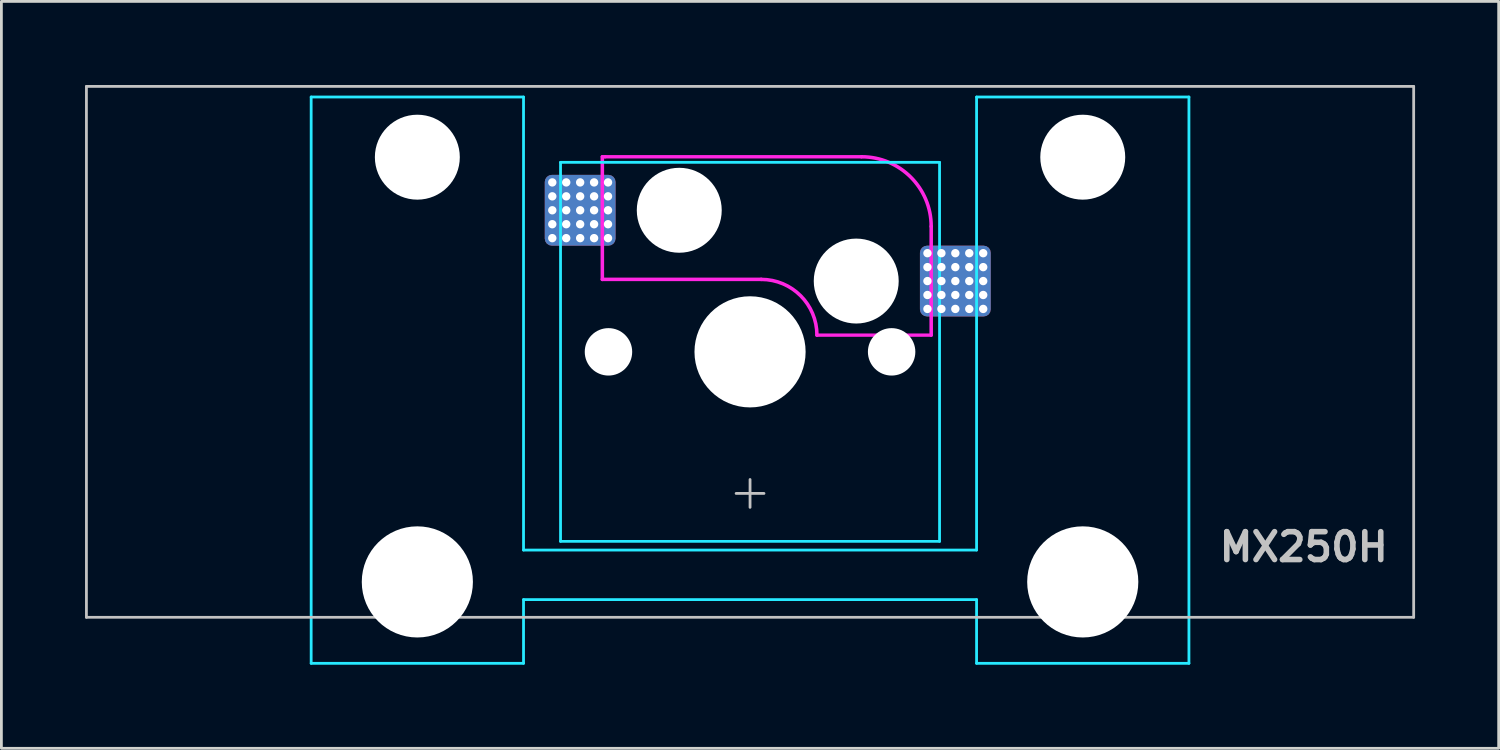
<source format=kicad_pcb>
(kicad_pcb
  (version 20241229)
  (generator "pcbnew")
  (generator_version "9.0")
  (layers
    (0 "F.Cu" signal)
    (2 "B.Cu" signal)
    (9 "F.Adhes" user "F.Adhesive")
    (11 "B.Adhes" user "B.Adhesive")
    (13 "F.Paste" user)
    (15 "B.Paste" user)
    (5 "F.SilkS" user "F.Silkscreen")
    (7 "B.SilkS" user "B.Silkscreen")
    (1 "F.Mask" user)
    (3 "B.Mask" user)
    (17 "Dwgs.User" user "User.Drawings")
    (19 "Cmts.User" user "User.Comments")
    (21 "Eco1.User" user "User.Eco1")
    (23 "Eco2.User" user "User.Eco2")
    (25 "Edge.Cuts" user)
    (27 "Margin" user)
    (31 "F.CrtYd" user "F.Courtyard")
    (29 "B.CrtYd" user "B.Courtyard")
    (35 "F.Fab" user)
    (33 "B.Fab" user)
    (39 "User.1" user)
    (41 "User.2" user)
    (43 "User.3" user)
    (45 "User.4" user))
  (footprint "MX250H"
    (layer "F.Cu")
    (at 23.863 9.575)
    (property "Reference" "MX250H" (at 23 7 0) (layer "Dwgs.User") (effects (font (size 1 1) (thickness 0.2)) (justify right)))
    (attr smd)
    (fp_line (start -23.812 -9.525) (end -23.812 9.525) (stroke (width 0.1) (type solid)) (layer "Dwgs.User"))
    (fp_line (start -23.812 -9.525) (end 23.812 -9.525) (stroke (width 0.1) (type solid)) (layer "Dwgs.User"))
    (fp_line (start -23.812 9.525) (end 23.812 9.525) (stroke (width 0.1) (type solid)) (layer "Dwgs.User"))
    (fp_line (start -0.5 5.08) (end 0.5 5.08) (stroke (width 0.1) (type solid)) (layer "Dwgs.User"))
    (fp_line (start 0 4.58) (end 0 5.58) (stroke (width 0.1) (type solid)) (layer "Dwgs.User"))
    (fp_line (start 23.812 -9.525) (end 23.812 9.525) (stroke (width 0.1) (type solid)) (layer "Dwgs.User"))
    (fp_line (start -15.438 -5.485) (end -15.438 8.515) (stroke (width 0.1) (type solid)) (layer "Eco1.User"))
    (fp_line (start -14.938 -5.985) (end -8.938 -5.985) (stroke (width 0.1) (type solid)) (layer "Eco1.User"))
    (fp_line (start -8.938 9.015) (end -14.938 9.015) (stroke (width 0.1) (type solid)) (layer "Eco1.User"))
    (fp_line (start -8.438 8.515) (end -8.438 -5.485) (stroke (width 0.1) (type solid)) (layer "Eco1.User"))
    (fp_line (start -7 -6.5) (end -7 6.5) (stroke (width 0.1) (type solid)) (layer "Eco1.User"))
    (fp_line (start -6.5 7) (end 6.5 7) (stroke (width 0.1) (type solid)) (layer "Eco1.User"))
    (fp_line (start 6.5 -7) (end -6.5 -7) (stroke (width 0.1) (type solid)) (layer "Eco1.User"))
    (fp_line (start 7 6.5) (end 7 -6.5) (stroke (width 0.1) (type solid)) (layer "Eco1.User"))
    (fp_line (start 8.438 -5.485) (end 8.438 8.515) (stroke (width 0.1) (type solid)) (layer "Eco1.User"))
    (fp_line (start 8.938 -5.985) (end 14.938 -5.985) (stroke (width 0.1) (type solid)) (layer "Eco1.User"))
    (fp_line (start 14.938 9.015) (end 8.938 9.015) (stroke (width 0.1) (type solid)) (layer "Eco1.User"))
    (fp_line (start 15.438 8.515) (end 15.438 -5.485) (stroke (width 0.1) (type solid)) (layer "Eco1.User"))
    (fp_arc (start -15.438 -5.485) (mid -15.291553 -5.838553) (end -14.938 -5.985) (stroke (width 0.1) (type solid)) (layer "Eco1.User"))
    (fp_arc (start -14.938 9.015) (mid -15.291553 8.868553) (end -15.438 8.515) (stroke (width 0.1) (type solid)) (layer "Eco1.User"))
    (fp_arc (start -8.938 -5.985) (mid -8.584447 -5.838553) (end -8.438 -5.485) (stroke (width 0.1) (type solid)) (layer "Eco1.User"))
    (fp_arc (start -8.438 8.515) (mid -8.584447 8.868553) (end -8.938 9.015) (stroke (width 0.1) (type solid)) (layer "Eco1.User"))
    (fp_arc (start -7 -6.5) (mid -6.853553 -6.853553) (end -6.5 -7) (stroke (width 0.1) (type solid)) (layer "Eco1.User"))
    (fp_arc (start -6.5 7) (mid -6.853553 6.853553) (end -7 6.5) (stroke (width 0.1) (type solid)) (layer "Eco1.User"))
    (fp_arc (start 6.5 -7) (mid 6.853553 -6.853553) (end 7 -6.5) (stroke (width 0.1) (type solid)) (layer "Eco1.User"))
    (fp_arc (start 7 6.5) (mid 6.853553 6.853553) (end 6.5 7) (stroke (width 0.1) (type solid)) (layer "Eco1.User"))
    (fp_arc (start 8.438 -5.485) (mid 8.584447 -5.838553) (end 8.938 -5.985) (stroke (width 0.1) (type solid)) (layer "Eco1.User"))
    (fp_arc (start 8.938 9.015) (mid 8.584447 8.868553) (end 8.438 8.515) (stroke (width 0.1) (type solid)) (layer "Eco1.User"))
    (fp_arc (start 14.938 -5.985) (mid 15.291553 -5.838553) (end 15.438 -5.485) (stroke (width 0.1) (type solid)) (layer "Eco1.User"))
    (fp_arc (start 15.438 8.515) (mid 15.291553 8.868553) (end 14.938 9.015) (stroke (width 0.1) (type solid)) (layer "Eco1.User"))
    (fp_line (start -15.748 -9.144) (end -15.748 11.176) (stroke (width 0.1) (type solid)) (layer "B.CrtYd"))
    (fp_line (start -15.748 11.176) (end -8.128 11.176) (stroke (width 0.1) (type solid)) (layer "B.CrtYd"))
    (fp_line (start -8.128 -9.144) (end -15.748 -9.144) (stroke (width 0.1) (type solid)) (layer "B.CrtYd"))
    (fp_line (start -8.128 7.112) (end -8.128 -9.144) (stroke (width 0.1) (type solid)) (layer "B.CrtYd"))
    (fp_line (start -8.128 7.112) (end 8.128 7.112) (stroke (width 0.1) (type solid)) (layer "B.CrtYd"))
    (fp_line (start -8.128 8.89) (end -8.128 11.176) (stroke (width 0.1) (type solid)) (layer "B.CrtYd"))
    (fp_line (start -8.128 8.89) (end 8.128 8.89) (stroke (width 0.1) (type solid)) (layer "B.CrtYd"))
    (fp_line (start -6.8 -6.8) (end -6.8 6.8) (stroke (width 0.1) (type solid)) (layer "B.CrtYd"))
    (fp_line (start 6.8 -6.8) (end -6.8 -6.8) (stroke (width 0.1) (type solid)) (layer "B.CrtYd"))
    (fp_line (start 6.8 -6.8) (end 6.8 6.8) (stroke (width 0.1) (type solid)) (layer "B.CrtYd"))
    (fp_line (start 6.8 6.8) (end -6.8 6.8) (stroke (width 0.1) (type solid)) (layer "B.CrtYd"))
    (fp_line (start 8.128 -9.144) (end 15.748 -9.144) (stroke (width 0.1) (type solid)) (layer "B.CrtYd"))
    (fp_line (start 8.128 7.112) (end 8.128 -9.142) (stroke (width 0.1) (type solid)) (layer "B.CrtYd"))
    (fp_line (start 8.128 8.89) (end 8.128 11.176) (stroke (width 0.1) (type solid)) (layer "B.CrtYd"))
    (fp_line (start 15.748 11.176) (end 8.128 11.176) (stroke (width 0.1) (type solid)) (layer "B.CrtYd"))
    (fp_line (start 15.748 11.176) (end 15.748 -9.144) (stroke (width 0.1) (type solid)) (layer "B.CrtYd"))
    (fp_line (start -5.3 -7) (end -5.3 -2.6) (stroke (width 0.127) (type solid)) (layer "F.CrtYd"))
    (fp_line (start -5.2 -7) (end -5.3 -7) (stroke (width 0.12) (type solid)) (layer "F.CrtYd"))
    (fp_line (start 0.4 -2.6) (end -5.3 -2.6) (stroke (width 0.127) (type solid)) (layer "F.CrtYd"))
    (fp_line (start 4 -7) (end -5.2 -7) (stroke (width 0.12) (type solid)) (layer "F.CrtYd"))
    (fp_line (start 6.5 -4.5) (end 6.5 -0.6) (stroke (width 0.127) (type solid)) (layer "F.CrtYd"))
    (fp_line (start 6.5 -0.6) (end 2.4 -0.6) (stroke (width 0.12) (type solid)) (layer "F.CrtYd"))
    (fp_arc (start 0.4 -2.6) (mid 1.814214 -2.014214) (end 2.4 -0.6) (stroke (width 0.127) (type solid)) (layer "F.CrtYd"))
    (fp_arc (start 4 -7) (mid 5.767767 -6.267767) (end 6.5 -4.5) (stroke (width 0.127) (type solid)) (layer "F.CrtYd"))
    (pad "" np_thru_hole circle (at -11.938 -6.985) (size 3.048 3.048) (drill 3.048) (layers "*.Cu" "*.Mask"))
    (pad "" np_thru_hole circle (at -11.938 8.255) (size 3.988 3.988) (drill 3.988) (layers "*.Cu" "*.Mask"))
    (pad "" np_thru_hole circle (at -5.08 0) (size 1.702 1.702) (drill 1.702) (layers "*.Cu" "*.Mask"))
    (pad "" np_thru_hole circle (at -2.54 -5.08) (size 3.048 3.048) (drill 3.048) (layers "*.Cu" "*.Mask"))
    (pad "" np_thru_hole circle (at 0 0) (size 3.988 3.988) (drill 3.988) (layers "*.Cu" "*.Mask"))
    (pad "" np_thru_hole circle (at 3.81 -2.54) (size 3.048 3.048) (drill 3.048) (layers "*.Cu" "*.Mask"))
    (pad "" np_thru_hole circle (at 5.08 0) (size 1.702 1.702) (drill 1.702) (layers "*.Cu" "*.Mask"))
    (pad "" np_thru_hole circle (at 11.938 -6.985) (size 3.048 3.048) (drill 3.048) (layers "*.Cu" "*.Mask"))
    (pad "" np_thru_hole circle (at 11.938 8.255) (size 3.988 3.988) (drill 3.988) (layers "*.Cu" "*.Mask"))
    (pad "1" thru_hole circle (at -7.096 -6.08) (size 0.3 0.3) (drill 0.3) (layers "*.Cu" "F.Mask"))
    (pad "1" thru_hole circle (at -7.096 -5.58) (size 0.3 0.3) (drill 0.3) (layers "*.Cu" "F.Mask"))
    (pad "1" thru_hole circle (at -7.096 -5.08) (size 0.3 0.3) (drill 0.3) (layers "*.Cu" "F.Mask"))
    (pad "1" thru_hole circle (at -7.096 -4.58) (size 0.3 0.3) (drill 0.3) (layers "*.Cu" "F.Mask"))
    (pad "1" thru_hole circle (at -7.096 -4.08) (size 0.3 0.3) (drill 0.3) (layers "*.Cu" "F.Mask"))
    (pad "1" thru_hole circle (at -6.596 -6.08) (size 0.3 0.3) (drill 0.3) (layers "*.Cu" "F.Mask"))
    (pad "1" thru_hole circle (at -6.596 -5.58) (size 0.3 0.3) (drill 0.3) (layers "*.Cu" "F.Mask"))
    (pad "1" thru_hole circle (at -6.596 -5.08) (size 0.3 0.3) (drill 0.3) (layers "*.Cu" "F.Mask"))
    (pad "1" thru_hole circle (at -6.596 -4.58) (size 0.3 0.3) (drill 0.3) (layers "*.Cu" "F.Mask"))
    (pad "1" thru_hole circle (at -6.596 -4.08) (size 0.3 0.3) (drill 0.3) (layers "*.Cu" "F.Mask"))
    (pad "1" thru_hole circle (at -6.096 -6.08) (size 0.3 0.3) (drill 0.3) (layers "*.Cu" "F.Mask"))
    (pad "1" thru_hole circle (at -6.096 -5.58) (size 0.3 0.3) (drill 0.3) (layers "*.Cu" "F.Mask"))
    (pad "1" thru_hole circle (at -6.096 -5.08) (size 0.3 0.3) (drill 0.3) (layers "*.Cu" "F.Mask"))
    (pad "1" smd roundrect (at -6.096 -5.08) (size 2.54 2.54) (layers "F.Cu" "F.Mask") (roundrect_rratio 0.1))
    (pad "1" smd roundrect (at -6.096 -5.08) (size 2.54 2.54) (layers "B.Cu") (roundrect_rratio 0.1))
    (pad "1" thru_hole circle (at -6.096 -4.58) (size 0.3 0.3) (drill 0.3) (layers "*.Cu" "F.Mask"))
    (pad "1" thru_hole circle (at -6.096 -4.08) (size 0.3 0.3) (drill 0.3) (layers "*.Cu" "F.Mask"))
    (pad "1" thru_hole circle (at -5.596 -6.08) (size 0.3 0.3) (drill 0.3) (layers "*.Cu" "F.Mask"))
    (pad "1" thru_hole circle (at -5.596 -5.58) (size 0.3 0.3) (drill 0.3) (layers "*.Cu" "F.Mask"))
    (pad "1" thru_hole circle (at -5.596 -5.08) (size 0.3 0.3) (drill 0.3) (layers "*.Cu" "F.Mask"))
    (pad "1" thru_hole circle (at -5.596 -4.58) (size 0.3 0.3) (drill 0.3) (layers "*.Cu" "F.Mask"))
    (pad "1" thru_hole circle (at -5.596 -4.08) (size 0.3 0.3) (drill 0.3) (layers "*.Cu" "F.Mask"))
    (pad "1" thru_hole circle (at -5.096 -6.08) (size 0.3 0.3) (drill 0.3) (layers "*.Cu" "F.Mask"))
    (pad "1" thru_hole circle (at -5.096 -5.58) (size 0.3 0.3) (drill 0.3) (layers "*.Cu" "F.Mask"))
    (pad "1" thru_hole circle (at -5.096 -5.08) (size 0.3 0.3) (drill 0.3) (layers "*.Cu" "F.Mask"))
    (pad "1" thru_hole circle (at -5.096 -4.58) (size 0.3 0.3) (drill 0.3) (layers "*.Cu" "F.Mask"))
    (pad "1" thru_hole circle (at -5.096 -4.08) (size 0.3 0.3) (drill 0.3) (layers "*.Cu" "F.Mask"))
    (pad "2" thru_hole circle (at 6.366 -3.54) (size 0.3 0.3) (drill 0.3) (layers "*.Cu" "F.Mask"))
    (pad "2" thru_hole circle (at 6.366 -3.04) (size 0.3 0.3) (drill 0.3) (layers "*.Cu" "F.Mask"))
    (pad "2" thru_hole circle (at 6.366 -2.54) (size 0.3 0.3) (drill 0.3) (layers "*.Cu" "F.Mask"))
    (pad "2" thru_hole circle (at 6.366 -2.04) (size 0.3 0.3) (drill 0.3) (layers "*.Cu" "F.Mask"))
    (pad "2" thru_hole circle (at 6.366 -1.54) (size 0.3 0.3) (drill 0.3) (layers "*.Cu" "F.Mask"))
    (pad "2" thru_hole circle (at 6.866 -3.54) (size 0.3 0.3) (drill 0.3) (layers "*.Cu" "F.Mask"))
    (pad "2" thru_hole circle (at 6.866 -3.04) (size 0.3 0.3) (drill 0.3) (layers "*.Cu" "F.Mask"))
    (pad "2" thru_hole circle (at 6.866 -2.54) (size 0.3 0.3) (drill 0.3) (layers "*.Cu" "F.Mask"))
    (pad "2" thru_hole circle (at 6.866 -2.04) (size 0.3 0.3) (drill 0.3) (layers "*.Cu" "F.Mask"))
    (pad "2" thru_hole circle (at 6.866 -1.54) (size 0.3 0.3) (drill 0.3) (layers "*.Cu" "F.Mask"))
    (pad "2" thru_hole circle (at 7.366 -3.54) (size 0.3 0.3) (drill 0.3) (layers "*.Cu" "F.Mask"))
    (pad "2" thru_hole circle (at 7.366 -3.04) (size 0.3 0.3) (drill 0.3) (layers "*.Cu" "F.Mask"))
    (pad "2" thru_hole circle (at 7.366 -2.54) (size 0.3 0.3) (drill 0.3) (layers "*.Cu" "F.Mask"))
    (pad "2" smd roundrect (at 7.366 -2.54) (size 2.54 2.54) (layers "F.Cu" "F.Mask") (roundrect_rratio 0.1))
    (pad "2" smd roundrect (at 7.366 -2.54) (size 2.54 2.54) (layers "B.Cu") (roundrect_rratio 0.1))
    (pad "2" thru_hole circle (at 7.366 -2.04) (size 0.3 0.3) (drill 0.3) (layers "*.Cu" "F.Mask"))
    (pad "2" thru_hole circle (at 7.366 -1.54) (size 0.3 0.3) (drill 0.3) (layers "*.Cu" "F.Mask"))
    (pad "2" thru_hole circle (at 7.866 -3.54) (size 0.3 0.3) (drill 0.3) (layers "*.Cu" "F.Mask"))
    (pad "2" thru_hole circle (at 7.866 -3.04) (size 0.3 0.3) (drill 0.3) (layers "*.Cu" "F.Mask"))
    (pad "2" thru_hole circle (at 7.866 -2.54) (size 0.3 0.3) (drill 0.3) (layers "*.Cu" "F.Mask"))
    (pad "2" thru_hole circle (at 7.866 -2.04) (size 0.3 0.3) (drill 0.3) (layers "*.Cu" "F.Mask"))
    (pad "2" thru_hole circle (at 7.866 -1.54) (size 0.3 0.3) (drill 0.3) (layers "*.Cu" "F.Mask"))
    (pad "2" thru_hole circle (at 8.366 -3.54) (size 0.3 0.3) (drill 0.3) (layers "*.Cu" "F.Mask"))
    (pad "2" thru_hole circle (at 8.366 -3.04) (size 0.3 0.3) (drill 0.3) (layers "*.Cu" "F.Mask"))
    (pad "2" thru_hole circle (at 8.366 -2.54) (size 0.3 0.3) (drill 0.3) (layers "*.Cu" "F.Mask"))
    (pad "2" thru_hole circle (at 8.366 -2.04) (size 0.3 0.3) (drill 0.3) (layers "*.Cu" "F.Mask"))
    (pad "2" thru_hole circle (at 8.366 -1.54) (size 0.3 0.3) (drill 0.3) (layers "*.Cu" "F.Mask")))
  (gr_rect
    (start -3 -3)
    (end 50.725 23.801)
    (stroke (width 0.1) (type default))
    (fill no)
    (layer "Edge.Cuts")))
</source>
